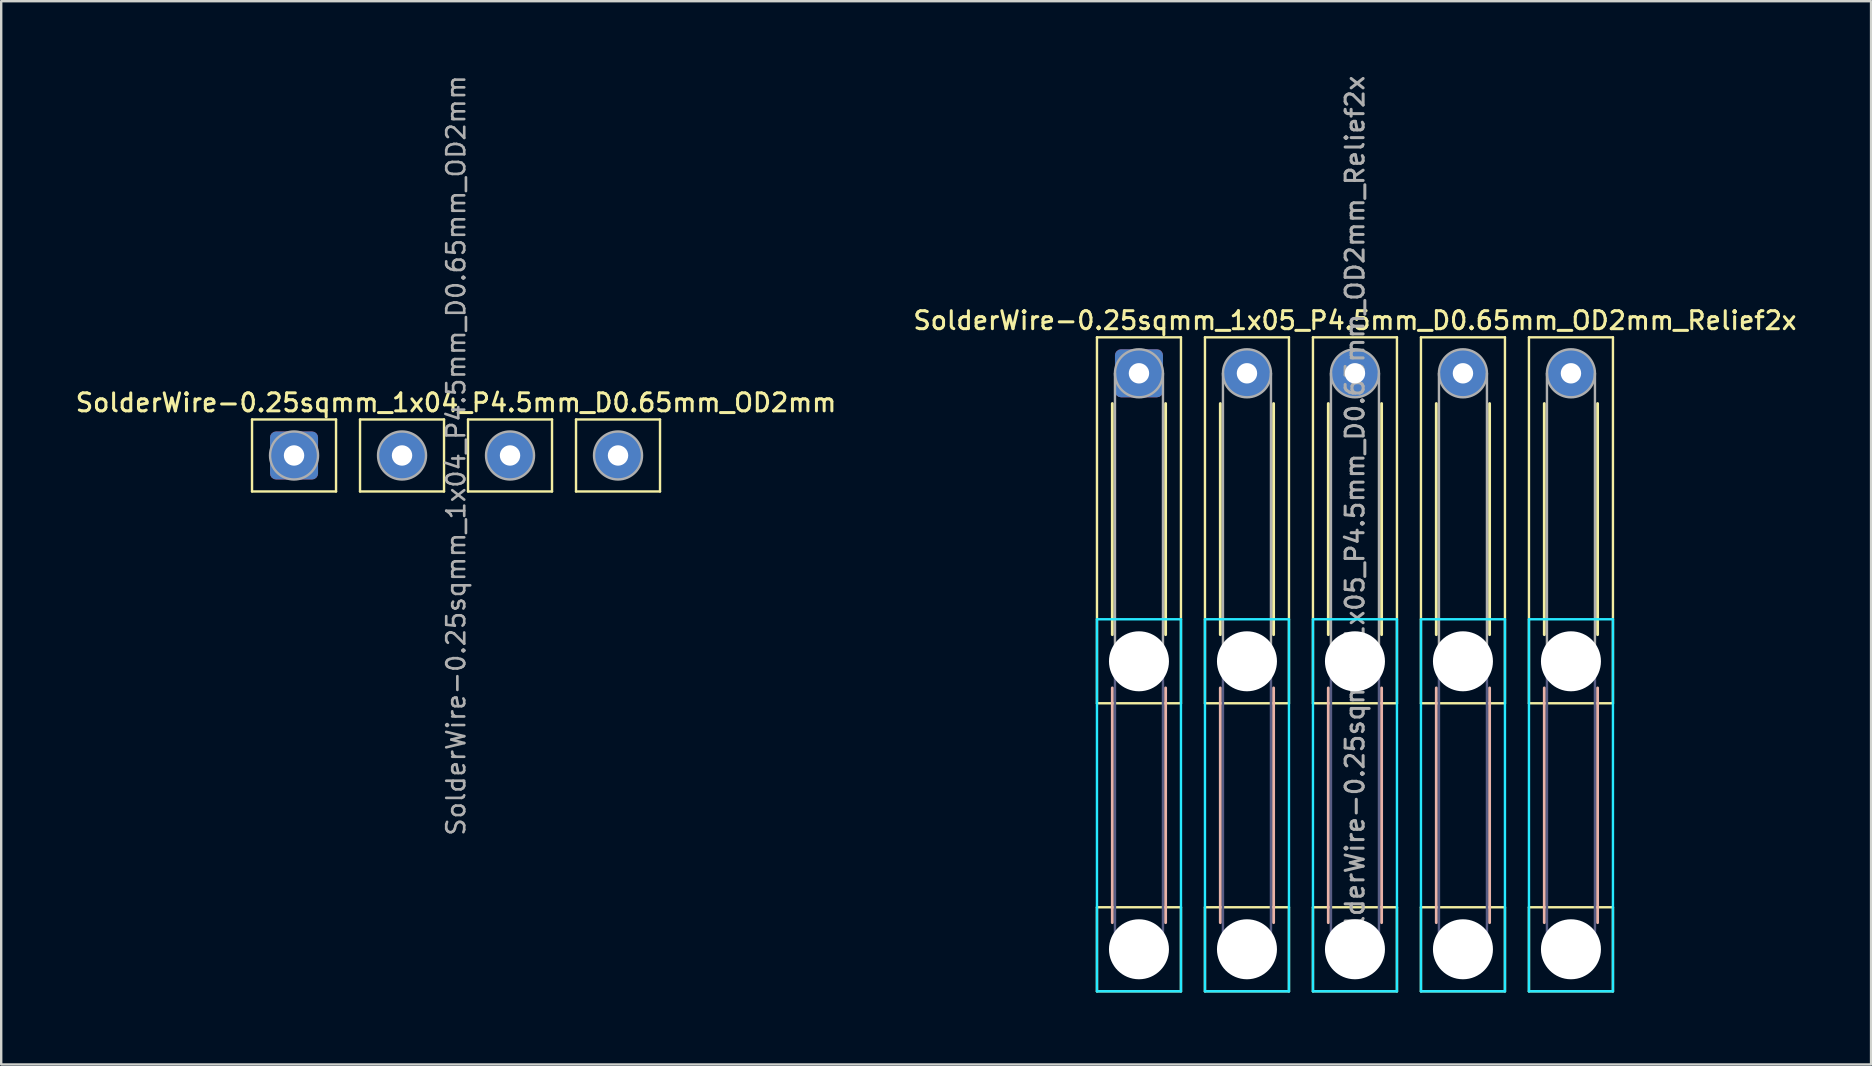
<source format=kicad_pcb>
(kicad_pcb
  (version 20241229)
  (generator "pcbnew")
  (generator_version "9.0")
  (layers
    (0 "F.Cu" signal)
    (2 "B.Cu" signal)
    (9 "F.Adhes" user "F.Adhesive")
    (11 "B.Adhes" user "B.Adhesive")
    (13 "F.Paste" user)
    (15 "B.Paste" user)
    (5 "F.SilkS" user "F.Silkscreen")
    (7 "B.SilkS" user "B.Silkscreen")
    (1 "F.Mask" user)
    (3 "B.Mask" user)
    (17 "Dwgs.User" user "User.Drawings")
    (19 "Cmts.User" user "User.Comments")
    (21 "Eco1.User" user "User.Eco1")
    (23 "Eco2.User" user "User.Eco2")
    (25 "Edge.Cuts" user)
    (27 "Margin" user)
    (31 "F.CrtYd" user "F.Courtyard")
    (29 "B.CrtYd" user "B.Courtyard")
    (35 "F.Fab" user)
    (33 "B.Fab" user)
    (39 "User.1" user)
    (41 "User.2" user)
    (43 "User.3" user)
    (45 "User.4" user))
  (footprint "SolderWire-0.25sqmm_1x04_P4.5mm_D0.65mm_OD2mm"
    (layer "F.Cu")
    (at 9.202 15.929)
    (property "Reference" "SolderWire-0.25sqmm_1x04_P4.5mm_D0.65mm_OD2mm" (at 6.75 -2.2 0) (layer "F.SilkS") (effects (font (size 0.75 0.75) (thickness 0.125))))
    (attr exclude_from_pos_files exclude_from_bom)
    (fp_line (start -1.75 -1.5) (end -1.75 1.5) (stroke (width 0.1) (type solid)) (layer "F.SilkS"))
    (fp_line (start -1.75 1.5) (end 1.75 1.5) (stroke (width 0.1) (type solid)) (layer "F.SilkS"))
    (fp_line (start 1.75 -1.5) (end -1.75 -1.5) (stroke (width 0.1) (type solid)) (layer "F.SilkS"))
    (fp_line (start 1.75 1.5) (end 1.75 -1.5) (stroke (width 0.1) (type solid)) (layer "F.SilkS"))
    (fp_line (start 2.75 -1.5) (end 2.75 1.5) (stroke (width 0.1) (type solid)) (layer "F.SilkS"))
    (fp_line (start 2.75 1.5) (end 6.25 1.5) (stroke (width 0.1) (type solid)) (layer "F.SilkS"))
    (fp_line (start 6.25 -1.5) (end 2.75 -1.5) (stroke (width 0.1) (type solid)) (layer "F.SilkS"))
    (fp_line (start 6.25 1.5) (end 6.25 -1.5) (stroke (width 0.1) (type solid)) (layer "F.SilkS"))
    (fp_line (start 7.25 -1.5) (end 7.25 1.5) (stroke (width 0.1) (type solid)) (layer "F.SilkS"))
    (fp_line (start 7.25 1.5) (end 10.75 1.5) (stroke (width 0.1) (type solid)) (layer "F.SilkS"))
    (fp_line (start 10.75 -1.5) (end 7.25 -1.5) (stroke (width 0.1) (type solid)) (layer "F.SilkS"))
    (fp_line (start 10.75 1.5) (end 10.75 -1.5) (stroke (width 0.1) (type solid)) (layer "F.SilkS"))
    (fp_line (start 11.75 -1.5) (end 11.75 1.5) (stroke (width 0.1) (type solid)) (layer "F.SilkS"))
    (fp_line (start 11.75 1.5) (end 15.25 1.5) (stroke (width 0.1) (type solid)) (layer "F.SilkS"))
    (fp_line (start 15.25 -1.5) (end 11.75 -1.5) (stroke (width 0.1) (type solid)) (layer "F.SilkS"))
    (fp_line (start 15.25 1.5) (end 15.25 -1.5) (stroke (width 0.1) (type solid)) (layer "F.SilkS"))
    (fp_circle (center 0 0) (end 1 0) (stroke (width 0.1) (type solid)) (fill no) (layer "F.Fab"))
    (fp_circle (center 4.5 0) (end 5.5 0) (stroke (width 0.1) (type solid)) (fill no) (layer "F.Fab"))
    (fp_circle (center 9 0) (end 10 0) (stroke (width 0.1) (type solid)) (fill no) (layer "F.Fab"))
    (fp_circle (center 13.5 0) (end 14.5 0) (stroke (width 0.1) (type solid)) (fill no) (layer "F.Fab"))
    (fp_text user "${REFERENCE}" (at 6.75 0 90) (layer "F.Fab") (effects (font (size 0.75 0.75) (thickness 0.11))))
    (pad "1" thru_hole roundrect (at 0 0) (size 2 2) (drill 0.85) (layers "*.Cu" "*.Mask") (roundrect_rratio 0.125))
    (pad "2" thru_hole circle (at 4.5 0) (size 2 2) (drill 0.85) (layers "*.Cu" "*.Mask"))
    (pad "3" thru_hole circle (at 9 0) (size 2 2) (drill 0.85) (layers "*.Cu" "*.Mask"))
    (pad "4" thru_hole circle (at 13.5 0) (size 2 2) (drill 0.85) (layers "*.Cu" "*.Mask")))
  (footprint "SolderWire-0.25sqmm_1x05_P4.5mm_D0.65mm_OD2mm_Relief2x"
    (layer "F.Cu")
    (at 44.409 12.505)
    (property "Reference" "SolderWire-0.25sqmm_1x05_P4.5mm_D0.65mm_OD2mm_Relief2x" (at 9 -2.2 0) (layer "F.SilkS") (effects (font (size 0.75 0.75) (thickness 0.125))))
    (attr exclude_from_pos_files exclude_from_bom)
    (fp_line (start -1.75 -1.5) (end -1.75 13.75) (stroke (width 0.1) (type solid)) (layer "F.SilkS"))
    (fp_line (start -1.75 13.75) (end 1.75 13.75) (stroke (width 0.1) (type solid)) (layer "F.SilkS"))
    (fp_line (start -1.75 22.25) (end -1.75 25.75) (stroke (width 0.1) (type solid)) (layer "F.SilkS"))
    (fp_line (start -1.75 25.75) (end 1.75 25.75) (stroke (width 0.1) (type solid)) (layer "F.SilkS"))
    (fp_line (start -1.11 1.26) (end -1.11 10.89) (stroke (width 0.12) (type solid)) (layer "F.SilkS"))
    (fp_line (start 1.11 1.26) (end 1.11 10.89) (stroke (width 0.12) (type solid)) (layer "F.SilkS"))
    (fp_line (start 1.75 -1.5) (end -1.75 -1.5) (stroke (width 0.1) (type solid)) (layer "F.SilkS"))
    (fp_line (start 1.75 13.75) (end 1.75 -1.5) (stroke (width 0.1) (type solid)) (layer "F.SilkS"))
    (fp_line (start 1.75 22.25) (end -1.75 22.25) (stroke (width 0.1) (type solid)) (layer "F.SilkS"))
    (fp_line (start 1.75 25.75) (end 1.75 22.25) (stroke (width 0.1) (type solid)) (layer "F.SilkS"))
    (fp_line (start 2.75 -1.5) (end 2.75 13.75) (stroke (width 0.1) (type solid)) (layer "F.SilkS"))
    (fp_line (start 2.75 13.75) (end 6.25 13.75) (stroke (width 0.1) (type solid)) (layer "F.SilkS"))
    (fp_line (start 2.75 22.25) (end 2.75 25.75) (stroke (width 0.1) (type solid)) (layer "F.SilkS"))
    (fp_line (start 2.75 25.75) (end 6.25 25.75) (stroke (width 0.1) (type solid)) (layer "F.SilkS"))
    (fp_line (start 3.39 1.26) (end 3.39 10.89) (stroke (width 0.12) (type solid)) (layer "F.SilkS"))
    (fp_line (start 5.61 1.26) (end 5.61 10.89) (stroke (width 0.12) (type solid)) (layer "F.SilkS"))
    (fp_line (start 6.25 -1.5) (end 2.75 -1.5) (stroke (width 0.1) (type solid)) (layer "F.SilkS"))
    (fp_line (start 6.25 13.75) (end 6.25 -1.5) (stroke (width 0.1) (type solid)) (layer "F.SilkS"))
    (fp_line (start 6.25 22.25) (end 2.75 22.25) (stroke (width 0.1) (type solid)) (layer "F.SilkS"))
    (fp_line (start 6.25 25.75) (end 6.25 22.25) (stroke (width 0.1) (type solid)) (layer "F.SilkS"))
    (fp_line (start 7.25 -1.5) (end 7.25 13.75) (stroke (width 0.1) (type solid)) (layer "F.SilkS"))
    (fp_line (start 7.25 13.75) (end 10.75 13.75) (stroke (width 0.1) (type solid)) (layer "F.SilkS"))
    (fp_line (start 7.25 22.25) (end 7.25 25.75) (stroke (width 0.1) (type solid)) (layer "F.SilkS"))
    (fp_line (start 7.25 25.75) (end 10.75 25.75) (stroke (width 0.1) (type solid)) (layer "F.SilkS"))
    (fp_line (start 7.89 1.26) (end 7.89 10.89) (stroke (width 0.12) (type solid)) (layer "F.SilkS"))
    (fp_line (start 10.11 1.26) (end 10.11 10.89) (stroke (width 0.12) (type solid)) (layer "F.SilkS"))
    (fp_line (start 10.75 -1.5) (end 7.25 -1.5) (stroke (width 0.1) (type solid)) (layer "F.SilkS"))
    (fp_line (start 10.75 13.75) (end 10.75 -1.5) (stroke (width 0.1) (type solid)) (layer "F.SilkS"))
    (fp_line (start 10.75 22.25) (end 7.25 22.25) (stroke (width 0.1) (type solid)) (layer "F.SilkS"))
    (fp_line (start 10.75 25.75) (end 10.75 22.25) (stroke (width 0.1) (type solid)) (layer "F.SilkS"))
    (fp_line (start 11.75 -1.5) (end 11.75 13.75) (stroke (width 0.1) (type solid)) (layer "F.SilkS"))
    (fp_line (start 11.75 13.75) (end 15.25 13.75) (stroke (width 0.1) (type solid)) (layer "F.SilkS"))
    (fp_line (start 11.75 22.25) (end 11.75 25.75) (stroke (width 0.1) (type solid)) (layer "F.SilkS"))
    (fp_line (start 11.75 25.75) (end 15.25 25.75) (stroke (width 0.1) (type solid)) (layer "F.SilkS"))
    (fp_line (start 12.39 1.26) (end 12.39 10.89) (stroke (width 0.12) (type solid)) (layer "F.SilkS"))
    (fp_line (start 14.61 1.26) (end 14.61 10.89) (stroke (width 0.12) (type solid)) (layer "F.SilkS"))
    (fp_line (start 15.25 -1.5) (end 11.75 -1.5) (stroke (width 0.1) (type solid)) (layer "F.SilkS"))
    (fp_line (start 15.25 13.75) (end 15.25 -1.5) (stroke (width 0.1) (type solid)) (layer "F.SilkS"))
    (fp_line (start 15.25 22.25) (end 11.75 22.25) (stroke (width 0.1) (type solid)) (layer "F.SilkS"))
    (fp_line (start 15.25 25.75) (end 15.25 22.25) (stroke (width 0.1) (type solid)) (layer "F.SilkS"))
    (fp_line (start 16.25 -1.5) (end 16.25 13.75) (stroke (width 0.1) (type solid)) (layer "F.SilkS"))
    (fp_line (start 16.25 13.75) (end 19.75 13.75) (stroke (width 0.1) (type solid)) (layer "F.SilkS"))
    (fp_line (start 16.25 22.25) (end 16.25 25.75) (stroke (width 0.1) (type solid)) (layer "F.SilkS"))
    (fp_line (start 16.25 25.75) (end 19.75 25.75) (stroke (width 0.1) (type solid)) (layer "F.SilkS"))
    (fp_line (start 16.89 1.26) (end 16.89 10.89) (stroke (width 0.12) (type solid)) (layer "F.SilkS"))
    (fp_line (start 19.11 1.26) (end 19.11 10.89) (stroke (width 0.12) (type solid)) (layer "F.SilkS"))
    (fp_line (start 19.75 -1.5) (end 16.25 -1.5) (stroke (width 0.1) (type solid)) (layer "F.SilkS"))
    (fp_line (start 19.75 13.75) (end 19.75 -1.5) (stroke (width 0.1) (type solid)) (layer "F.SilkS"))
    (fp_line (start 19.75 22.25) (end 16.25 22.25) (stroke (width 0.1) (type solid)) (layer "F.SilkS"))
    (fp_line (start 19.75 25.75) (end 19.75 22.25) (stroke (width 0.1) (type solid)) (layer "F.SilkS"))
    (fp_line (start -1.11 13.11) (end -1.11 22.89) (stroke (width 0.12) (type solid)) (layer "B.SilkS"))
    (fp_line (start 1.11 13.11) (end 1.11 22.89) (stroke (width 0.12) (type solid)) (layer "B.SilkS"))
    (fp_line (start 3.39 13.11) (end 3.39 22.89) (stroke (width 0.12) (type solid)) (layer "B.SilkS"))
    (fp_line (start 5.61 13.11) (end 5.61 22.89) (stroke (width 0.12) (type solid)) (layer "B.SilkS"))
    (fp_line (start 7.89 13.11) (end 7.89 22.89) (stroke (width 0.12) (type solid)) (layer "B.SilkS"))
    (fp_line (start 10.11 13.11) (end 10.11 22.89) (stroke (width 0.12) (type solid)) (layer "B.SilkS"))
    (fp_line (start 12.39 13.11) (end 12.39 22.89) (stroke (width 0.12) (type solid)) (layer "B.SilkS"))
    (fp_line (start 14.61 13.11) (end 14.61 22.89) (stroke (width 0.12) (type solid)) (layer "B.SilkS"))
    (fp_line (start 16.89 13.11) (end 16.89 22.89) (stroke (width 0.12) (type solid)) (layer "B.SilkS"))
    (fp_line (start 19.11 13.11) (end 19.11 22.89) (stroke (width 0.12) (type solid)) (layer "B.SilkS"))
    (fp_line (start -1.75 10.25) (end -1.75 25.75) (stroke (width 0.1) (type solid)) (layer "B.CrtYd"))
    (fp_line (start -1.75 25.75) (end 1.75 25.75) (stroke (width 0.1) (type solid)) (layer "B.CrtYd"))
    (fp_line (start 1.75 10.25) (end -1.75 10.25) (stroke (width 0.1) (type solid)) (layer "B.CrtYd"))
    (fp_line (start 1.75 25.75) (end 1.75 10.25) (stroke (width 0.1) (type solid)) (layer "B.CrtYd"))
    (fp_line (start 2.75 10.25) (end 2.75 25.75) (stroke (width 0.1) (type solid)) (layer "B.CrtYd"))
    (fp_line (start 2.75 25.75) (end 6.25 25.75) (stroke (width 0.1) (type solid)) (layer "B.CrtYd"))
    (fp_line (start 6.25 10.25) (end 2.75 10.25) (stroke (width 0.1) (type solid)) (layer "B.CrtYd"))
    (fp_line (start 6.25 25.75) (end 6.25 10.25) (stroke (width 0.1) (type solid)) (layer "B.CrtYd"))
    (fp_line (start 7.25 10.25) (end 7.25 25.75) (stroke (width 0.1) (type solid)) (layer "B.CrtYd"))
    (fp_line (start 7.25 25.75) (end 10.75 25.75) (stroke (width 0.1) (type solid)) (layer "B.CrtYd"))
    (fp_line (start 10.75 10.25) (end 7.25 10.25) (stroke (width 0.1) (type solid)) (layer "B.CrtYd"))
    (fp_line (start 10.75 25.75) (end 10.75 10.25) (stroke (width 0.1) (type solid)) (layer "B.CrtYd"))
    (fp_line (start 11.75 10.25) (end 11.75 25.75) (stroke (width 0.1) (type solid)) (layer "B.CrtYd"))
    (fp_line (start 11.75 25.75) (end 15.25 25.75) (stroke (width 0.1) (type solid)) (layer "B.CrtYd"))
    (fp_line (start 15.25 10.25) (end 11.75 10.25) (stroke (width 0.1) (type solid)) (layer "B.CrtYd"))
    (fp_line (start 15.25 25.75) (end 15.25 10.25) (stroke (width 0.1) (type solid)) (layer "B.CrtYd"))
    (fp_line (start 16.25 10.25) (end 16.25 25.75) (stroke (width 0.1) (type solid)) (layer "B.CrtYd"))
    (fp_line (start 16.25 25.75) (end 19.75 25.75) (stroke (width 0.1) (type solid)) (layer "B.CrtYd"))
    (fp_line (start 19.75 10.25) (end 16.25 10.25) (stroke (width 0.1) (type solid)) (layer "B.CrtYd"))
    (fp_line (start 19.75 25.75) (end 19.75 10.25) (stroke (width 0.1) (type solid)) (layer "B.CrtYd"))
    (fp_line (start -1 12) (end -1 24) (stroke (width 0.1) (type solid)) (layer "B.Fab"))
    (fp_line (start 1 12) (end 1 24) (stroke (width 0.1) (type solid)) (layer "B.Fab"))
    (fp_line (start 3.5 12) (end 3.5 24) (stroke (width 0.1) (type solid)) (layer "B.Fab"))
    (fp_line (start 5.5 12) (end 5.5 24) (stroke (width 0.1) (type solid)) (layer "B.Fab"))
    (fp_line (start 8 12) (end 8 24) (stroke (width 0.1) (type solid)) (layer "B.Fab"))
    (fp_line (start 10 12) (end 10 24) (stroke (width 0.1) (type solid)) (layer "B.Fab"))
    (fp_line (start 12.5 12) (end 12.5 24) (stroke (width 0.1) (type solid)) (layer "B.Fab"))
    (fp_line (start 14.5 12) (end 14.5 24) (stroke (width 0.1) (type solid)) (layer "B.Fab"))
    (fp_line (start 17 12) (end 17 24) (stroke (width 0.1) (type solid)) (layer "B.Fab"))
    (fp_line (start 19 12) (end 19 24) (stroke (width 0.1) (type solid)) (layer "B.Fab"))
    (fp_circle (center 0 12) (end 1 12) (stroke (width 0.1) (type solid)) (fill no) (layer "B.Fab"))
    (fp_circle (center 0 24) (end 1 24) (stroke (width 0.1) (type solid)) (fill no) (layer "B.Fab"))
    (fp_circle (center 4.5 12) (end 5.5 12) (stroke (width 0.1) (type solid)) (fill no) (layer "B.Fab"))
    (fp_circle (center 4.5 24) (end 5.5 24) (stroke (width 0.1) (type solid)) (fill no) (layer "B.Fab"))
    (fp_circle (center 9 12) (end 10 12) (stroke (width 0.1) (type solid)) (fill no) (layer "B.Fab"))
    (fp_circle (center 9 24) (end 10 24) (stroke (width 0.1) (type solid)) (fill no) (layer "B.Fab"))
    (fp_circle (center 13.5 12) (end 14.5 12) (stroke (width 0.1) (type solid)) (fill no) (layer "B.Fab"))
    (fp_circle (center 13.5 24) (end 14.5 24) (stroke (width 0.1) (type solid)) (fill no) (layer "B.Fab"))
    (fp_circle (center 18 12) (end 19 12) (stroke (width 0.1) (type solid)) (fill no) (layer "B.Fab"))
    (fp_circle (center 18 24) (end 19 24) (stroke (width 0.1) (type solid)) (fill no) (layer "B.Fab"))
    (fp_line (start -1 0) (end -1 12) (stroke (width 0.1) (type solid)) (layer "F.Fab"))
    (fp_line (start 1 0) (end 1 12) (stroke (width 0.1) (type solid)) (layer "F.Fab"))
    (fp_line (start 3.5 0) (end 3.5 12) (stroke (width 0.1) (type solid)) (layer "F.Fab"))
    (fp_line (start 5.5 0) (end 5.5 12) (stroke (width 0.1) (type solid)) (layer "F.Fab"))
    (fp_line (start 8 0) (end 8 12) (stroke (width 0.1) (type solid)) (layer "F.Fab"))
    (fp_line (start 10 0) (end 10 12) (stroke (width 0.1) (type solid)) (layer "F.Fab"))
    (fp_line (start 12.5 0) (end 12.5 12) (stroke (width 0.1) (type solid)) (layer "F.Fab"))
    (fp_line (start 14.5 0) (end 14.5 12) (stroke (width 0.1) (type solid)) (layer "F.Fab"))
    (fp_line (start 17 0) (end 17 12) (stroke (width 0.1) (type solid)) (layer "F.Fab"))
    (fp_line (start 19 0) (end 19 12) (stroke (width 0.1) (type solid)) (layer "F.Fab"))
    (fp_circle (center 0 0) (end 1 0) (stroke (width 0.1) (type solid)) (fill no) (layer "F.Fab"))
    (fp_circle (center 0 12) (end 1 12) (stroke (width 0.1) (type solid)) (fill no) (layer "F.Fab"))
    (fp_circle (center 0 24) (end 1 24) (stroke (width 0.1) (type solid)) (fill no) (layer "F.Fab"))
    (fp_circle (center 4.5 0) (end 5.5 0) (stroke (width 0.1) (type solid)) (fill no) (layer "F.Fab"))
    (fp_circle (center 4.5 12) (end 5.5 12) (stroke (width 0.1) (type solid)) (fill no) (layer "F.Fab"))
    (fp_circle (center 4.5 24) (end 5.5 24) (stroke (width 0.1) (type solid)) (fill no) (layer "F.Fab"))
    (fp_circle (center 9 0) (end 10 0) (stroke (width 0.1) (type solid)) (fill no) (layer "F.Fab"))
    (fp_circle (center 9 12) (end 10 12) (stroke (width 0.1) (type solid)) (fill no) (layer "F.Fab"))
    (fp_circle (center 9 24) (end 10 24) (stroke (width 0.1) (type solid)) (fill no) (layer "F.Fab"))
    (fp_circle (center 13.5 0) (end 14.5 0) (stroke (width 0.1) (type solid)) (fill no) (layer "F.Fab"))
    (fp_circle (center 13.5 12) (end 14.5 12) (stroke (width 0.1) (type solid)) (fill no) (layer "F.Fab"))
    (fp_circle (center 13.5 24) (end 14.5 24) (stroke (width 0.1) (type solid)) (fill no) (layer "F.Fab"))
    (fp_circle (center 18 0) (end 19 0) (stroke (width 0.1) (type solid)) (fill no) (layer "F.Fab"))
    (fp_circle (center 18 12) (end 19 12) (stroke (width 0.1) (type solid)) (fill no) (layer "F.Fab"))
    (fp_circle (center 18 24) (end 19 24) (stroke (width 0.1) (type solid)) (fill no) (layer "F.Fab"))
    (fp_text user "${REFERENCE}" (at 9 6 90) (layer "F.Fab") (effects (font (size 0.75 0.75) (thickness 0.125))))
    (pad "" np_thru_hole circle (at 0 12) (size 2.5 2.5) (drill 2.5) (layers "*.Cu" "*.Mask"))
    (pad "" np_thru_hole circle (at 0 24) (size 2.5 2.5) (drill 2.5) (layers "*.Cu" "*.Mask"))
    (pad "" np_thru_hole circle (at 4.5 12) (size 2.5 2.5) (drill 2.5) (layers "*.Cu" "*.Mask"))
    (pad "" np_thru_hole circle (at 4.5 24) (size 2.5 2.5) (drill 2.5) (layers "*.Cu" "*.Mask"))
    (pad "" np_thru_hole circle (at 9 12) (size 2.5 2.5) (drill 2.5) (layers "*.Cu" "*.Mask"))
    (pad "" np_thru_hole circle (at 9 24) (size 2.5 2.5) (drill 2.5) (layers "*.Cu" "*.Mask"))
    (pad "" np_thru_hole circle (at 13.5 12) (size 2.5 2.5) (drill 2.5) (layers "*.Cu" "*.Mask"))
    (pad "" np_thru_hole circle (at 13.5 24) (size 2.5 2.5) (drill 2.5) (layers "*.Cu" "*.Mask"))
    (pad "" np_thru_hole circle (at 18 12) (size 2.5 2.5) (drill 2.5) (layers "*.Cu" "*.Mask"))
    (pad "" np_thru_hole circle (at 18 24) (size 2.5 2.5) (drill 2.5) (layers "*.Cu" "*.Mask"))
    (pad "1" thru_hole roundrect (at 0 0) (size 2 2) (drill 0.85) (layers "*.Cu" "*.Mask") (roundrect_rratio 0.125))
    (pad "2" thru_hole circle (at 4.5 0) (size 2 2) (drill 0.85) (layers "*.Cu" "*.Mask"))
    (pad "3" thru_hole circle (at 9 0) (size 2 2) (drill 0.85) (layers "*.Cu" "*.Mask"))
    (pad "4" thru_hole circle (at 13.5 0) (size 2 2) (drill 0.85) (layers "*.Cu" "*.Mask"))
    (pad "5" thru_hole circle (at 18 0) (size 2 2) (drill 0.85) (layers "*.Cu" "*.Mask")))
  (gr_rect
    (start -3 -3)
    (end 74.914 41.305)
    (stroke (width 0.1) (type default))
    (fill no)
    (layer "Edge.Cuts")))
</source>
